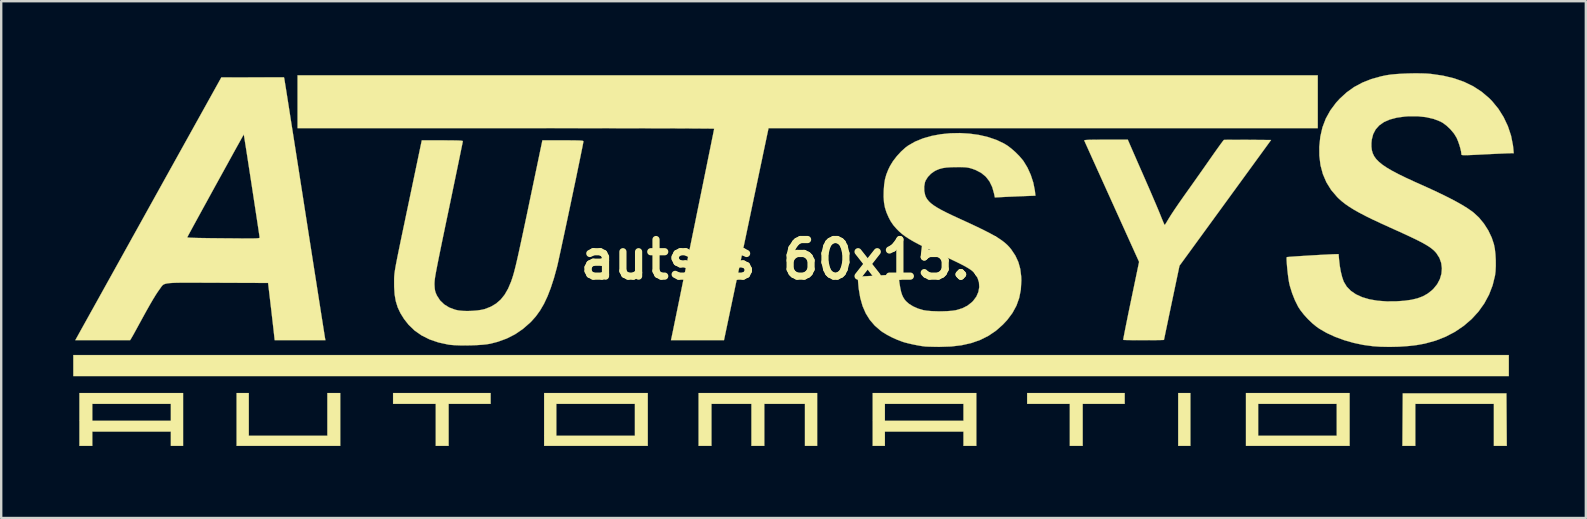
<source format=kicad_pcb>
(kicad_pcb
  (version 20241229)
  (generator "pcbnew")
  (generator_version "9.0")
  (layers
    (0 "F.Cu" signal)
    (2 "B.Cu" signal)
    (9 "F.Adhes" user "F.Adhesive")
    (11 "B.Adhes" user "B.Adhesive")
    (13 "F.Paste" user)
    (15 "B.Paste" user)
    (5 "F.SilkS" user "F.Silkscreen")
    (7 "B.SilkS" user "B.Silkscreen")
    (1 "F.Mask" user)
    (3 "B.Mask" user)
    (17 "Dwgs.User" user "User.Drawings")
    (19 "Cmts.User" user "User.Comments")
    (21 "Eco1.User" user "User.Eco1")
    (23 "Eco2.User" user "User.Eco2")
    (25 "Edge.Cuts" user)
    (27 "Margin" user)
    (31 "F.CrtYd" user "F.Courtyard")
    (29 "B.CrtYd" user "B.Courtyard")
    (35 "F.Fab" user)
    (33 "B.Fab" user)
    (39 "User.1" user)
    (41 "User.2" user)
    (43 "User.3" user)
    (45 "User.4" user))
  (footprint "autsys 60x15.6"
    (layer "F.Cu")
    (at 29.977 7.764)
    (property "Reference" "autsys 60x15.6" (at 0 0 0) (layer "F.SilkS") (effects (font (size 1.524 1.524) (thickness 0.3))))
    (attr through_hole)
    (fp_poly (pts (xy 16.566 7.761) (xy 16.058 7.761) (xy 16.058 5.56) (xy 16.566 5.56) (xy 16.566 7.761)) (stroke (width 0.01) (type solid)) (fill yes) (layer "F.SilkS"))
    (fp_poly (pts (xy 29.831 4.854) (xy -29.972 4.854) (xy -29.972 3.979) (xy 29.831 3.979) (xy 29.831 4.854)) (stroke (width 0.01) (type solid)) (fill yes) (layer "F.SilkS"))
    (fp_poly (pts (xy -22.662 7.338) (xy -19.389 7.338) (xy -19.389 5.56) (xy -18.852 5.56) (xy -18.852 7.761) (xy -23.17 7.761) (xy -23.17 5.56) (xy -22.662 5.56) (xy -22.662 7.338)) (stroke (width 0.01) (type solid)) (fill yes) (layer "F.SilkS"))
    (fp_poly (pts (xy -12.587 6.011) (xy -14.337 6.011) (xy -14.337 7.761) (xy -14.873 7.761) (xy -14.873 6.011) (xy -16.651 6.011) (xy -16.651 5.56) (xy -12.587 5.56) (xy -12.587 6.011)) (stroke (width 0.01) (type solid)) (fill yes) (layer "F.SilkS"))
    (fp_poly (pts (xy 13.829 6.011) (xy 12.079 6.011) (xy 12.079 7.761) (xy 11.543 7.761) (xy 11.543 6.011) (xy 9.765 6.011) (xy 9.765 5.56) (xy 13.829 5.56) (xy 13.829 6.011)) (stroke (width 0.01) (type solid)) (fill yes) (layer "F.SilkS"))
    (fp_poly (pts (xy 29.747 7.761) (xy 29.21 7.761) (xy 29.21 6.011) (xy 25.936 6.011) (xy 25.936 7.761) (xy 25.399 7.761) (xy 25.414 5.574) (xy 29.732 5.574) (xy 29.747 7.761)) (stroke (width 0.01) (type solid)) (fill yes) (layer "F.SilkS"))
    (fp_poly (pts (xy -6.04 7.761) (xy -10.358 7.761) (xy -10.358 6.011) (xy -9.85 6.011) (xy -9.85 7.338) (xy -6.576 7.338) (xy -6.576 6.011) (xy -9.85 6.011) (xy -10.358 6.011) (xy -10.358 5.56) (xy -6.04 5.56) (xy -6.04 7.761)) (stroke (width 0.01) (type solid)) (fill yes) (layer "F.SilkS"))
    (fp_poly (pts (xy 23.199 7.761) (xy 18.881 7.761) (xy 18.881 6.011) (xy 19.389 6.011) (xy 19.389 7.338) (xy 22.662 7.338) (xy 22.662 6.011) (xy 19.389 6.011) (xy 18.881 6.011) (xy 18.881 5.56) (xy 23.199 5.56) (xy 23.199 7.761)) (stroke (width 0.01) (type solid)) (fill yes) (layer "F.SilkS"))
    (fp_poly (pts (xy 1.016 7.761) (xy 0.508 7.761) (xy 0.508 6.011) (xy -1.185 6.011) (xy -1.185 7.761) (xy -1.722 7.761) (xy -1.722 6.011) (xy -3.387 6.011) (xy -3.387 7.761) (xy -3.923 7.761) (xy -3.923 5.56) (xy 1.016 5.56) (xy 1.016 7.761)) (stroke (width 0.01) (type solid)) (fill yes) (layer "F.SilkS"))
    (fp_poly (pts (xy -25.4 7.761) (xy -25.908 7.761) (xy -25.908 7.168) (xy -29.182 7.168) (xy -29.182 7.761) (xy -29.718 7.761) (xy -29.718 6.011) (xy -29.182 6.011) (xy -29.182 6.717) (xy -25.908 6.717) (xy -25.908 6.011) (xy -29.182 6.011) (xy -29.718 6.011) (xy -29.718 5.56) (xy -25.4 5.56) (xy -25.4 7.761)) (stroke (width 0.01) (type solid)) (fill yes) (layer "F.SilkS"))
    (fp_poly (pts (xy 7.648 7.761) (xy 7.112 7.761) (xy 7.112 7.168) (xy 3.838 7.168) (xy 3.838 7.761) (xy 3.33 7.761) (xy 3.33 6.011) (xy 3.838 6.011) (xy 3.838 6.717) (xy 7.112 6.717) (xy 7.112 6.011) (xy 3.838 6.011) (xy 3.33 6.011) (xy 3.33 5.56) (xy 7.648 5.56) (xy 7.648 7.761)) (stroke (width 0.01) (type solid)) (fill yes) (layer "F.SilkS"))
    (fp_poly (pts (xy 21.872 -5.475) (xy 10.432 -5.475) (xy -1.008 -5.475) (xy -1.064 -5.214) (xy -1.076 -5.157) (xy -1.099 -5.047) (xy -1.132 -4.889) (xy -1.175 -4.685) (xy -1.227 -4.44) (xy -1.286 -4.155) (xy -1.354 -3.835) (xy -1.428 -3.482) (xy -1.508 -3.101) (xy -1.594 -2.693) (xy -1.684 -2.263) (xy -1.778 -1.814) (xy -1.876 -1.349) (xy -1.976 -0.871) (xy -1.992 -0.797) (xy -2.865 3.358) (xy -5.074 3.358) (xy -5.049 3.248) (xy -5.039 3.2) (xy -5.019 3.102) (xy -4.988 2.956) (xy -4.95 2.768) (xy -4.903 2.54) (xy -4.849 2.276) (xy -4.788 1.979) (xy -4.721 1.654) (xy -4.65 1.304) (xy -4.574 0.933) (xy -4.494 0.543) (xy -4.412 0.139) (xy -4.327 -0.275) (xy -4.241 -0.697) (xy -4.154 -1.122) (xy -4.067 -1.546) (xy -3.982 -1.967) (xy -3.897 -2.381) (xy -3.815 -2.783) (xy -3.736 -3.171) (xy -3.661 -3.541) (xy -3.59 -3.888) (xy -3.525 -4.211) (xy -3.465 -4.504) (xy -3.412 -4.764) (xy -3.367 -4.989) (xy -3.329 -5.173) (xy -3.301 -5.314) (xy -3.282 -5.407) (xy -3.274 -5.45) (xy -3.274 -5.452) (xy -3.302 -5.454) (xy -3.384 -5.456) (xy -3.518 -5.458) (xy -3.702 -5.459) (xy -3.934 -5.461) (xy -4.212 -5.463) (xy -4.533 -5.464) (xy -4.896 -5.466) (xy -5.298 -5.467) (xy -5.737 -5.468) (xy -6.211 -5.469) (xy -6.717 -5.47) (xy -7.254 -5.471) (xy -7.82 -5.472) (xy -8.412 -5.473) (xy -9.028 -5.474) (xy -9.666 -5.474) (xy -10.323 -5.475) (xy -10.999 -5.475) (xy -11.69 -5.475) (xy -11.952 -5.475) (xy -20.63 -5.475) (xy -20.63 -7.676) (xy 21.872 -7.676) (xy 21.872 -5.475)) (stroke (width 0.01) (type solid)) (fill yes) (layer "F.SilkS"))
    (fp_poly (pts (xy 14.102 -4.664) (xy 14.146 -4.563) (xy 14.209 -4.418) (xy 14.288 -4.238) (xy 14.379 -4.029) (xy 14.479 -3.801) (xy 14.585 -3.561) (xy 14.692 -3.316) (xy 14.71 -3.274) (xy 14.819 -3.026) (xy 14.926 -2.779) (xy 15.028 -2.54) (xy 15.123 -2.319) (xy 15.206 -2.123) (xy 15.274 -1.96) (xy 15.322 -1.84) (xy 15.327 -1.828) (xy 15.382 -1.692) (xy 15.43 -1.577) (xy 15.467 -1.491) (xy 15.49 -1.445) (xy 15.494 -1.44) (xy 15.514 -1.462) (xy 15.552 -1.52) (xy 15.584 -1.573) (xy 15.67 -1.718) (xy 15.779 -1.891) (xy 15.915 -2.096) (xy 16.079 -2.336) (xy 16.274 -2.615) (xy 16.441 -2.85) (xy 16.582 -3.048) (xy 16.745 -3.278) (xy 16.921 -3.527) (xy 17.099 -3.78) (xy 17.27 -4.024) (xy 17.413 -4.229) (xy 17.54 -4.41) (xy 17.658 -4.576) (xy 17.762 -4.721) (xy 17.848 -4.84) (xy 17.913 -4.927) (xy 17.953 -4.976) (xy 17.962 -4.984) (xy 17.996 -4.987) (xy 18.08 -4.989) (xy 18.208 -4.99) (xy 18.371 -4.991) (xy 18.564 -4.991) (xy 18.78 -4.99) (xy 18.959 -4.989) (xy 19.927 -4.981) (xy 18.02 -2.362) (xy 16.112 0.256) (xy 15.789 1.794) (xy 15.729 2.08) (xy 15.672 2.35) (xy 15.621 2.597) (xy 15.575 2.818) (xy 15.535 3.007) (xy 15.504 3.159) (xy 15.481 3.269) (xy 15.468 3.332) (xy 15.466 3.345) (xy 15.439 3.349) (xy 15.364 3.352) (xy 15.25 3.354) (xy 15.104 3.356) (xy 14.935 3.357) (xy 14.752 3.358) (xy 14.563 3.358) (xy 14.377 3.358) (xy 14.201 3.356) (xy 14.044 3.355) (xy 13.915 3.353) (xy 13.822 3.35) (xy 13.773 3.346) (xy 13.768 3.345) (xy 13.771 3.315) (xy 13.785 3.236) (xy 13.809 3.111) (xy 13.841 2.945) (xy 13.881 2.744) (xy 13.928 2.511) (xy 13.98 2.253) (xy 14.038 1.974) (xy 14.092 1.714) (xy 14.429 0.096) (xy 13.294 -2.414) (xy 13.133 -2.77) (xy 12.979 -3.111) (xy 12.833 -3.434) (xy 12.696 -3.736) (xy 12.571 -4.013) (xy 12.459 -4.261) (xy 12.361 -4.478) (xy 12.28 -4.659) (xy 12.216 -4.8) (xy 12.171 -4.899) (xy 12.148 -4.952) (xy 12.144 -4.96) (xy 12.151 -4.97) (xy 12.184 -4.978) (xy 12.248 -4.984) (xy 12.348 -4.989) (xy 12.487 -4.992) (xy 12.672 -4.994) (xy 12.906 -4.995) (xy 13.044 -4.995) (xy 13.958 -4.995) (xy 14.102 -4.664)) (stroke (width 0.01) (type solid)) (fill yes) (layer "F.SilkS"))
    (fp_poly (pts (xy -14.337 -4.966) (xy -14.128 -4.964) (xy -13.967 -4.961) (xy -13.853 -4.956) (xy -13.781 -4.948) (xy -13.748 -4.939) (xy -13.744 -4.935) (xy -13.75 -4.903) (xy -13.766 -4.82) (xy -13.793 -4.689) (xy -13.829 -4.514) (xy -13.873 -4.299) (xy -13.925 -4.046) (xy -13.984 -3.761) (xy -14.049 -3.446) (xy -14.12 -3.106) (xy -14.195 -2.743) (xy -14.274 -2.362) (xy -14.339 -2.05) (xy -14.436 -1.588) (xy -14.521 -1.179) (xy -14.596 -0.818) (xy -14.661 -0.501) (xy -14.717 -0.227) (xy -14.765 0.01) (xy -14.805 0.212) (xy -14.838 0.382) (xy -14.865 0.525) (xy -14.886 0.643) (xy -14.902 0.741) (xy -14.913 0.821) (xy -14.92 0.887) (xy -14.924 0.942) (xy -14.926 0.99) (xy -14.926 1.034) (xy -14.925 1.059) (xy -14.917 1.194) (xy -14.902 1.296) (xy -14.875 1.386) (xy -14.83 1.487) (xy -14.823 1.502) (xy -14.694 1.702) (xy -14.521 1.868) (xy -14.31 1.998) (xy -14.064 2.089) (xy -13.928 2.119) (xy -13.761 2.137) (xy -13.563 2.143) (xy -13.351 2.137) (xy -13.143 2.12) (xy -12.958 2.092) (xy -12.827 2.061) (xy -12.575 1.962) (xy -12.357 1.832) (xy -12.167 1.667) (xy -12.003 1.463) (xy -11.86 1.215) (xy -11.734 0.918) (xy -11.672 0.734) (xy -11.647 0.653) (xy -11.621 0.563) (xy -11.594 0.463) (xy -11.565 0.348) (xy -11.532 0.215) (xy -11.496 0.061) (xy -11.455 -0.118) (xy -11.409 -0.325) (xy -11.357 -0.564) (xy -11.298 -0.837) (xy -11.231 -1.149) (xy -11.156 -1.502) (xy -11.072 -1.899) (xy -10.979 -2.345) (xy -10.875 -2.843) (xy -10.863 -2.9) (xy -10.43 -4.967) (xy -9.576 -4.967) (xy -9.328 -4.967) (xy -9.132 -4.965) (xy -8.981 -4.963) (xy -8.871 -4.959) (xy -8.795 -4.954) (xy -8.748 -4.946) (xy -8.725 -4.937) (xy -8.721 -4.928) (xy -8.726 -4.889) (xy -8.743 -4.8) (xy -8.769 -4.665) (xy -8.805 -4.49) (xy -8.848 -4.277) (xy -8.898 -4.034) (xy -8.954 -3.764) (xy -9.014 -3.471) (xy -9.079 -3.161) (xy -9.147 -2.839) (xy -9.216 -2.509) (xy -9.286 -2.175) (xy -9.356 -1.844) (xy -9.425 -1.518) (xy -9.492 -1.204) (xy -9.556 -0.905) (xy -9.616 -0.627) (xy -9.67 -0.374) (xy -9.719 -0.151) (xy -9.76 0.037) (xy -9.793 0.186) (xy -9.818 0.29) (xy -9.826 0.325) (xy -9.95 0.776) (xy -10.08 1.176) (xy -10.217 1.53) (xy -10.364 1.842) (xy -10.524 2.117) (xy -10.699 2.361) (xy -10.892 2.578) (xy -10.944 2.629) (xy -11.249 2.895) (xy -11.57 3.113) (xy -11.914 3.288) (xy -12.29 3.425) (xy -12.601 3.505) (xy -12.746 3.529) (xy -12.934 3.549) (xy -13.153 3.563) (xy -13.39 3.573) (xy -13.632 3.577) (xy -13.866 3.575) (xy -14.08 3.567) (xy -14.261 3.553) (xy -14.346 3.542) (xy -14.758 3.453) (xy -15.129 3.327) (xy -15.459 3.162) (xy -15.751 2.959) (xy -16.005 2.715) (xy -16.192 2.477) (xy -16.345 2.232) (xy -16.459 1.988) (xy -16.538 1.732) (xy -16.586 1.454) (xy -16.606 1.141) (xy -16.607 1.016) (xy -16.607 0.939) (xy -16.607 0.87) (xy -16.607 0.807) (xy -16.605 0.745) (xy -16.601 0.682) (xy -16.595 0.613) (xy -16.586 0.535) (xy -16.573 0.445) (xy -16.555 0.339) (xy -16.533 0.213) (xy -16.504 0.064) (xy -16.47 -0.111) (xy -16.428 -0.316) (xy -16.379 -0.555) (xy -16.322 -0.831) (xy -16.256 -1.148) (xy -16.18 -1.509) (xy -16.095 -1.917) (xy -15.998 -2.377) (xy -15.983 -2.448) (xy -15.455 -4.967) (xy -14.6 -4.967) (xy -14.337 -4.966)) (stroke (width 0.01) (type solid)) (fill yes) (layer "F.SilkS"))
    (fp_poly (pts (xy -21.181 -7.528) (xy -21.176 -7.494) (xy -21.162 -7.407) (xy -21.14 -7.27) (xy -21.11 -7.085) (xy -21.074 -6.856) (xy -21.031 -6.584) (xy -20.982 -6.273) (xy -20.928 -5.925) (xy -20.868 -5.544) (xy -20.803 -5.132) (xy -20.734 -4.691) (xy -20.661 -4.224) (xy -20.584 -3.735) (xy -20.505 -3.226) (xy -20.422 -2.699) (xy -20.338 -2.157) (xy -20.334 -2.131) (xy -20.249 -1.588) (xy -20.167 -1.061) (xy -20.087 -0.55) (xy -20.01 -0.059) (xy -19.937 0.409) (xy -19.867 0.852) (xy -19.802 1.267) (xy -19.742 1.651) (xy -19.687 2.001) (xy -19.638 2.315) (xy -19.594 2.59) (xy -19.558 2.823) (xy -19.528 3.011) (xy -19.506 3.152) (xy -19.491 3.243) (xy -19.485 3.28) (xy -19.485 3.281) (xy -19.469 3.358) (xy -21.583 3.358) (xy -21.618 3.041) (xy -21.63 2.93) (xy -21.648 2.774) (xy -21.67 2.583) (xy -21.695 2.367) (xy -21.721 2.136) (xy -21.749 1.901) (xy -21.755 1.849) (xy -21.858 0.974) (xy -23.972 0.966) (xy -24.376 0.965) (xy -24.727 0.963) (xy -25.03 0.962) (xy -25.289 0.962) (xy -25.507 0.963) (xy -25.688 0.966) (xy -25.836 0.972) (xy -25.955 0.98) (xy -26.05 0.991) (xy -26.123 1.005) (xy -26.18 1.024) (xy -26.223 1.046) (xy -26.258 1.074) (xy -26.287 1.107) (xy -26.315 1.146) (xy -26.346 1.19) (xy -26.374 1.23) (xy -26.455 1.344) (xy -26.547 1.485) (xy -26.652 1.657) (xy -26.773 1.864) (xy -26.913 2.111) (xy -27.074 2.403) (xy -27.164 2.568) (xy -27.259 2.742) (xy -27.348 2.905) (xy -27.426 3.047) (xy -27.489 3.161) (xy -27.534 3.239) (xy -27.55 3.267) (xy -27.606 3.358) (xy -29.889 3.358) (xy -29.782 3.166) (xy -29.759 3.123) (xy -29.709 3.033) (xy -29.634 2.898) (xy -29.536 2.721) (xy -29.415 2.504) (xy -29.274 2.25) (xy -29.113 1.961) (xy -28.934 1.639) (xy -28.738 1.286) (xy -28.527 0.906) (xy -28.301 0.5) (xy -28.062 0.07) (xy -27.812 -0.38) (xy -27.552 -0.849) (xy -27.507 -0.93) (xy -25.226 -0.93) (xy -25.217 -0.923) (xy -25.183 -0.917) (xy -25.122 -0.912) (xy -25.029 -0.908) (xy -24.903 -0.903) (xy -24.739 -0.899) (xy -24.536 -0.896) (xy -24.29 -0.892) (xy -23.997 -0.889) (xy -23.655 -0.886) (xy -23.261 -0.883) (xy -23.093 -0.881) (xy -22.844 -0.88) (xy -22.646 -0.879) (xy -22.494 -0.88) (xy -22.381 -0.883) (xy -22.301 -0.887) (xy -22.251 -0.893) (xy -22.223 -0.902) (xy -22.212 -0.913) (xy -22.211 -0.918) (xy -22.215 -0.952) (xy -22.227 -1.036) (xy -22.246 -1.164) (xy -22.271 -1.333) (xy -22.302 -1.535) (xy -22.337 -1.767) (xy -22.376 -2.023) (xy -22.418 -2.298) (xy -22.462 -2.587) (xy -22.507 -2.883) (xy -22.553 -3.183) (xy -22.599 -3.481) (xy -22.644 -3.772) (xy -22.687 -4.05) (xy -22.727 -4.31) (xy -22.764 -4.548) (xy -22.797 -4.757) (xy -22.825 -4.933) (xy -22.847 -5.071) (xy -22.862 -5.165) (xy -22.87 -5.21) (xy -22.871 -5.213) (xy -22.885 -5.19) (xy -22.923 -5.121) (xy -22.984 -5.012) (xy -23.065 -4.866) (xy -23.164 -4.689) (xy -23.278 -4.483) (xy -23.404 -4.254) (xy -23.541 -4.005) (xy -23.686 -3.742) (xy -23.837 -3.468) (xy -23.991 -3.189) (xy -24.146 -2.907) (xy -24.299 -2.628) (xy -24.448 -2.356) (xy -24.592 -2.095) (xy -24.726 -1.849) (xy -24.85 -1.623) (xy -24.96 -1.422) (xy -25.054 -1.249) (xy -25.13 -1.109) (xy -25.185 -1.006) (xy -25.218 -0.945) (xy -25.226 -0.93) (xy -27.507 -0.93) (xy -27.282 -1.334) (xy -27.005 -1.833) (xy -26.741 -2.309) (xy -23.805 -7.59) (xy -22.501 -7.591) (xy -21.196 -7.592) (xy -21.181 -7.528)) (stroke (width 0.01) (type solid)) (fill yes) (layer "F.SilkS"))
    (fp_poly (pts (xy 7.366 -5.246) (xy 7.758 -5.192) (xy 8.132 -5.105) (xy 8.48 -4.987) (xy 8.795 -4.838) (xy 8.938 -4.751) (xy 9.104 -4.626) (xy 9.279 -4.473) (xy 9.444 -4.306) (xy 9.582 -4.144) (xy 9.613 -4.103) (xy 9.778 -3.832) (xy 9.916 -3.527) (xy 10.021 -3.205) (xy 10.085 -2.882) (xy 10.091 -2.834) (xy 10.11 -2.662) (xy 9.606 -2.643) (xy 9.41 -2.635) (xy 9.204 -2.626) (xy 9.005 -2.618) (xy 8.834 -2.61) (xy 8.761 -2.606) (xy 8.42 -2.588) (xy 8.389 -2.741) (xy 8.311 -3.02) (xy 8.196 -3.257) (xy 8.043 -3.454) (xy 7.85 -3.612) (xy 7.616 -3.733) (xy 7.507 -3.773) (xy 7.408 -3.805) (xy 7.322 -3.826) (xy 7.236 -3.84) (xy 7.135 -3.848) (xy 7.005 -3.852) (xy 6.844 -3.852) (xy 6.602 -3.848) (xy 6.405 -3.835) (xy 6.241 -3.81) (xy 6.1 -3.771) (xy 5.97 -3.717) (xy 5.908 -3.684) (xy 5.759 -3.579) (xy 5.632 -3.446) (xy 5.538 -3.298) (xy 5.507 -3.218) (xy 5.476 -3.041) (xy 5.479 -2.854) (xy 5.517 -2.679) (xy 5.548 -2.602) (xy 5.6 -2.514) (xy 5.668 -2.43) (xy 5.756 -2.346) (xy 5.87 -2.259) (xy 6.013 -2.167) (xy 6.191 -2.067) (xy 6.407 -1.956) (xy 6.667 -1.831) (xy 6.975 -1.689) (xy 7.001 -1.677) (xy 7.368 -1.509) (xy 7.687 -1.359) (xy 7.962 -1.225) (xy 8.197 -1.105) (xy 8.398 -0.995) (xy 8.568 -0.893) (xy 8.712 -0.796) (xy 8.833 -0.702) (xy 8.938 -0.608) (xy 9.029 -0.512) (xy 9.102 -0.423) (xy 9.274 -0.164) (xy 9.399 0.105) (xy 9.479 0.394) (xy 9.518 0.712) (xy 9.523 0.875) (xy 9.502 1.251) (xy 9.434 1.598) (xy 9.318 1.922) (xy 9.151 2.227) (xy 8.932 2.519) (xy 8.752 2.711) (xy 8.464 2.965) (xy 8.151 3.177) (xy 7.811 3.347) (xy 7.441 3.477) (xy 7.037 3.568) (xy 6.596 3.621) (xy 6.115 3.636) (xy 6.073 3.636) (xy 5.911 3.634) (xy 5.76 3.63) (xy 5.633 3.627) (xy 5.543 3.623) (xy 5.517 3.621) (xy 5.376 3.603) (xy 5.2 3.573) (xy 5.008 3.535) (xy 4.821 3.492) (xy 4.657 3.45) (xy 4.581 3.426) (xy 4.363 3.345) (xy 4.138 3.244) (xy 3.922 3.131) (xy 3.735 3.017) (xy 3.662 2.964) (xy 3.416 2.751) (xy 3.21 2.511) (xy 3.042 2.241) (xy 2.91 1.938) (xy 2.813 1.596) (xy 2.748 1.213) (xy 2.724 0.953) (xy 2.706 0.706) (xy 2.785 0.705) (xy 2.835 0.703) (xy 2.932 0.699) (xy 3.068 0.692) (xy 3.235 0.683) (xy 3.423 0.672) (xy 3.584 0.663) (xy 3.782 0.652) (xy 3.963 0.642) (xy 4.119 0.633) (xy 4.241 0.627) (xy 4.322 0.623) (xy 4.352 0.622) (xy 4.384 0.637) (xy 4.405 0.69) (xy 4.416 0.755) (xy 4.448 0.996) (xy 4.48 1.19) (xy 4.514 1.344) (xy 4.554 1.469) (xy 4.601 1.571) (xy 4.658 1.661) (xy 4.716 1.732) (xy 4.845 1.846) (xy 5.016 1.951) (xy 5.216 2.04) (xy 5.431 2.104) (xy 5.447 2.108) (xy 5.596 2.131) (xy 5.784 2.147) (xy 5.998 2.155) (xy 6.22 2.156) (xy 6.435 2.149) (xy 6.628 2.134) (xy 6.783 2.112) (xy 6.802 2.108) (xy 7.061 2.03) (xy 7.28 1.92) (xy 7.466 1.773) (xy 7.516 1.722) (xy 7.65 1.542) (xy 7.734 1.347) (xy 7.77 1.146) (xy 7.757 0.946) (xy 7.695 0.755) (xy 7.585 0.581) (xy 7.488 0.481) (xy 7.391 0.409) (xy 7.249 0.321) (xy 7.06 0.218) (xy 6.823 0.099) (xy 6.536 -0.037) (xy 6.197 -0.191) (xy 6.152 -0.211) (xy 5.807 -0.367) (xy 5.51 -0.507) (xy 5.255 -0.633) (xy 5.037 -0.75) (xy 4.851 -0.859) (xy 4.692 -0.963) (xy 4.554 -1.067) (xy 4.432 -1.173) (xy 4.328 -1.277) (xy 4.188 -1.438) (xy 4.078 -1.601) (xy 3.997 -1.754) (xy 3.904 -1.966) (xy 3.84 -2.17) (xy 3.802 -2.382) (xy 3.786 -2.617) (xy 3.79 -2.862) (xy 3.808 -3.119) (xy 3.842 -3.34) (xy 3.898 -3.543) (xy 3.98 -3.748) (xy 4.056 -3.903) (xy 4.176 -4.1) (xy 4.333 -4.304) (xy 4.512 -4.499) (xy 4.698 -4.667) (xy 4.807 -4.748) (xy 5.097 -4.914) (xy 5.425 -5.048) (xy 5.784 -5.151) (xy 6.165 -5.222) (xy 6.562 -5.262) (xy 6.964 -5.27) (xy 7.366 -5.246)) (stroke (width 0.01) (type solid)) (fill yes) (layer "F.SilkS"))
    (fp_poly (pts (xy 26.174 -7.757) (xy 26.408 -7.749) (xy 26.586 -7.735) (xy 27.088 -7.662) (xy 27.55 -7.551) (xy 27.972 -7.402) (xy 28.357 -7.214) (xy 28.706 -6.986) (xy 29.021 -6.717) (xy 29.135 -6.601) (xy 29.396 -6.283) (xy 29.616 -5.932) (xy 29.794 -5.555) (xy 29.925 -5.161) (xy 30.004 -4.76) (xy 30.017 -4.644) (xy 30.036 -4.431) (xy 29.898 -4.43) (xy 29.835 -4.429) (xy 29.724 -4.425) (xy 29.573 -4.418) (xy 29.392 -4.411) (xy 29.188 -4.401) (xy 28.971 -4.391) (xy 28.928 -4.389) (xy 28.654 -4.375) (xy 28.431 -4.364) (xy 28.253 -4.356) (xy 28.117 -4.351) (xy 28.016 -4.349) (xy 27.944 -4.35) (xy 27.898 -4.354) (xy 27.871 -4.362) (xy 27.858 -4.373) (xy 27.855 -4.388) (xy 27.855 -4.406) (xy 27.855 -4.41) (xy 27.844 -4.501) (xy 27.815 -4.627) (xy 27.773 -4.771) (xy 27.723 -4.915) (xy 27.67 -5.044) (xy 27.655 -5.077) (xy 27.55 -5.248) (xy 27.407 -5.419) (xy 27.243 -5.576) (xy 27.071 -5.702) (xy 26.98 -5.752) (xy 26.699 -5.861) (xy 26.381 -5.934) (xy 26.032 -5.971) (xy 25.662 -5.971) (xy 25.5 -5.959) (xy 25.163 -5.912) (xy 24.873 -5.835) (xy 24.631 -5.729) (xy 24.435 -5.592) (xy 24.286 -5.425) (xy 24.181 -5.227) (xy 24.122 -4.997) (xy 24.108 -4.854) (xy 24.108 -4.702) (xy 24.124 -4.562) (xy 24.161 -4.432) (xy 24.22 -4.308) (xy 24.306 -4.188) (xy 24.422 -4.07) (xy 24.569 -3.95) (xy 24.753 -3.826) (xy 24.975 -3.696) (xy 25.239 -3.557) (xy 25.549 -3.406) (xy 25.906 -3.241) (xy 26.148 -3.133) (xy 26.59 -2.933) (xy 26.981 -2.749) (xy 27.326 -2.58) (xy 27.625 -2.423) (xy 27.884 -2.278) (xy 28.104 -2.142) (xy 28.289 -2.014) (xy 28.354 -1.965) (xy 28.585 -1.753) (xy 28.795 -1.498) (xy 28.977 -1.213) (xy 29.121 -0.911) (xy 29.212 -0.635) (xy 29.249 -0.447) (xy 29.274 -0.222) (xy 29.288 0.022) (xy 29.289 0.267) (xy 29.278 0.494) (xy 29.257 0.664) (xy 29.157 1.073) (xy 29.007 1.462) (xy 28.809 1.828) (xy 28.567 2.168) (xy 28.282 2.479) (xy 27.958 2.758) (xy 27.598 3.003) (xy 27.205 3.21) (xy 26.781 3.377) (xy 26.331 3.501) (xy 26.326 3.502) (xy 26.003 3.56) (xy 25.641 3.602) (xy 25.255 3.629) (xy 24.862 3.638) (xy 24.476 3.63) (xy 24.172 3.609) (xy 23.768 3.555) (xy 23.363 3.469) (xy 22.968 3.356) (xy 22.594 3.218) (xy 22.249 3.06) (xy 21.945 2.884) (xy 21.818 2.795) (xy 21.64 2.649) (xy 21.46 2.476) (xy 21.292 2.29) (xy 21.148 2.106) (xy 21.055 1.963) (xy 20.923 1.699) (xy 20.806 1.405) (xy 20.713 1.106) (xy 20.685 0.991) (xy 20.666 0.889) (xy 20.646 0.757) (xy 20.627 0.607) (xy 20.609 0.449) (xy 20.594 0.293) (xy 20.583 0.15) (xy 20.576 0.03) (xy 20.574 -0.057) (xy 20.58 -0.099) (xy 20.581 -0.101) (xy 20.611 -0.106) (xy 20.69 -0.113) (xy 20.81 -0.122) (xy 20.964 -0.133) (xy 21.143 -0.145) (xy 21.34 -0.157) (xy 21.548 -0.17) (xy 21.759 -0.182) (xy 21.965 -0.194) (xy 22.158 -0.204) (xy 22.332 -0.213) (xy 22.477 -0.22) (xy 22.588 -0.224) (xy 22.638 -0.225) (xy 22.74 -0.226) (xy 22.761 0.017) (xy 22.789 0.261) (xy 22.831 0.498) (xy 22.884 0.714) (xy 22.944 0.892) (xy 22.959 0.928) (xy 23.08 1.128) (xy 23.249 1.302) (xy 23.463 1.448) (xy 23.721 1.566) (xy 24.021 1.655) (xy 24.361 1.714) (xy 24.738 1.742) (xy 25.146 1.739) (xy 25.487 1.715) (xy 25.78 1.674) (xy 26.033 1.613) (xy 26.252 1.53) (xy 26.444 1.423) (xy 26.617 1.289) (xy 26.689 1.222) (xy 26.847 1.028) (xy 26.959 0.816) (xy 27.025 0.592) (xy 27.044 0.365) (xy 27.016 0.141) (xy 26.94 -0.072) (xy 26.816 -0.266) (xy 26.756 -0.334) (xy 26.687 -0.401) (xy 26.608 -0.466) (xy 26.514 -0.533) (xy 26.402 -0.604) (xy 26.267 -0.681) (xy 26.104 -0.767) (xy 25.909 -0.864) (xy 25.678 -0.974) (xy 25.406 -1.1) (xy 25.088 -1.244) (xy 24.906 -1.326) (xy 24.514 -1.504) (xy 24.169 -1.665) (xy 23.869 -1.813) (xy 23.609 -1.949) (xy 23.383 -2.076) (xy 23.187 -2.198) (xy 23.017 -2.315) (xy 22.869 -2.432) (xy 22.737 -2.551) (xy 22.678 -2.61) (xy 22.43 -2.901) (xy 22.233 -3.218) (xy 22.086 -3.561) (xy 21.987 -3.93) (xy 21.939 -4.327) (xy 21.936 -4.699) (xy 21.979 -5.118) (xy 22.068 -5.508) (xy 22.206 -5.871) (xy 22.395 -6.212) (xy 22.634 -6.533) (xy 22.789 -6.702) (xy 23.076 -6.965) (xy 23.386 -7.187) (xy 23.726 -7.37) (xy 24.1 -7.518) (xy 24.514 -7.634) (xy 24.731 -7.679) (xy 24.909 -7.706) (xy 25.13 -7.727) (xy 25.381 -7.743) (xy 25.647 -7.754) (xy 25.916 -7.759) (xy 26.174 -7.757)) (stroke (width 0.01) (type solid)) (fill yes) (layer "F.SilkS")))
  (gr_rect
    (start -3 -3)
    (end 63.018 18.53)
    (stroke (width 0.1) (type default))
    (fill no)
    (layer "Edge.Cuts")))
</source>
